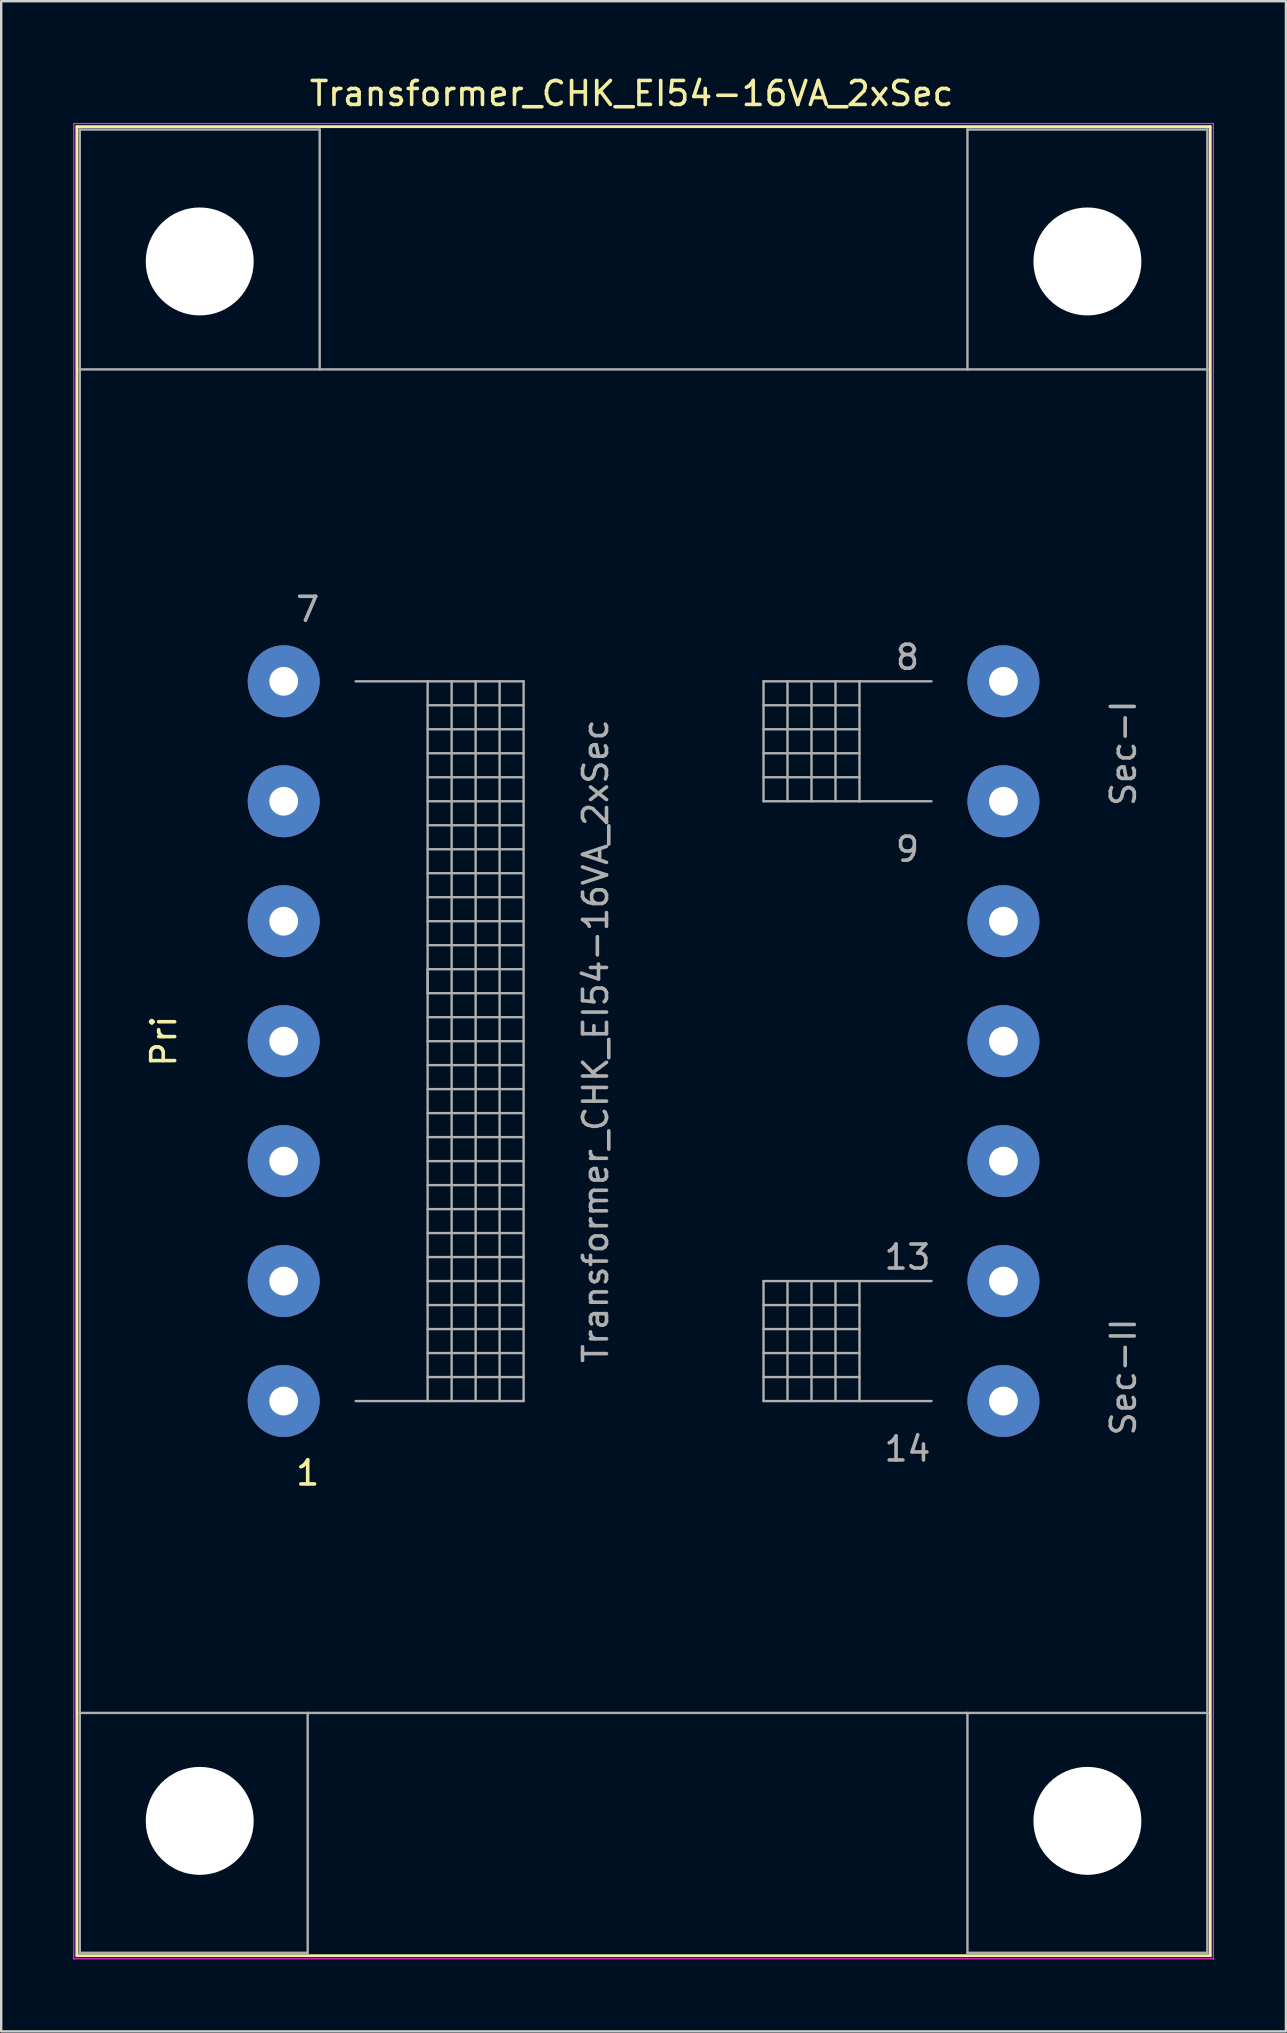
<source format=kicad_pcb>
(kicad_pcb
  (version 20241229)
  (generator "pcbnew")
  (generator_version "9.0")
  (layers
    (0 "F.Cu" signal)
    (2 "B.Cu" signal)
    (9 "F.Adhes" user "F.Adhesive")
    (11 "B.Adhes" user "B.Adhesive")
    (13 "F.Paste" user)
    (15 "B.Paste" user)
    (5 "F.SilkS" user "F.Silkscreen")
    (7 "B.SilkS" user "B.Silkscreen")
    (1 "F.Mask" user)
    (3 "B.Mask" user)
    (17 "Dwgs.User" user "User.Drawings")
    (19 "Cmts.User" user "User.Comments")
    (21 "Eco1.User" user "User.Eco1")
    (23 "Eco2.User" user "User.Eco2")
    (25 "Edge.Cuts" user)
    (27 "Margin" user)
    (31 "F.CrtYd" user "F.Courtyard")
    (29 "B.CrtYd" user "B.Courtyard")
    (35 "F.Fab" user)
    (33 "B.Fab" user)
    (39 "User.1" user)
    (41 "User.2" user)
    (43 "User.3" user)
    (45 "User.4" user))
  (footprint "Transformer_CHK_EI54-16VA_2xSec"
    (layer "F.Cu")
    (at 8.775 55.348)
    (property "Reference" "Transformer_CHK_EI54-16VA_2xSec" (at 14.5 -54.5 0) (layer "F.SilkS") (effects (font (size 1 1) (thickness 0.15))))
    (attr through_hole)
    (fp_line (start -8.62 -53.12) (end -8.62 23.12) (stroke (width 0.12) (type solid)) (layer "F.SilkS"))
    (fp_line (start -8.62 -53.12) (end 38.62 -53.12) (stroke (width 0.12) (type solid)) (layer "F.SilkS"))
    (fp_line (start 38.62 23.12) (end -8.62 23.12) (stroke (width 0.12) (type solid)) (layer "F.SilkS"))
    (fp_line (start 38.62 23.12) (end 38.62 -53.12) (stroke (width 0.12) (type solid)) (layer "F.SilkS"))
    (fp_line (start -8.75 -53.25) (end -8.75 23.25) (stroke (width 0.05) (type solid)) (layer "F.CrtYd"))
    (fp_line (start -8.75 -53.25) (end 38.75 -53.25) (stroke (width 0.05) (type solid)) (layer "F.CrtYd"))
    (fp_line (start 38.75 23.25) (end -8.75 23.25) (stroke (width 0.05) (type solid)) (layer "F.CrtYd"))
    (fp_line (start 38.75 23.25) (end 38.75 -53.25) (stroke (width 0.05) (type solid)) (layer "F.CrtYd"))
    (fp_line (start -8.5 -53) (end 1.5 -53) (stroke (width 0.1) (type solid)) (layer "F.Fab"))
    (fp_line (start -8.5 -43) (end -8.5 -53) (stroke (width 0.1) (type solid)) (layer "F.Fab"))
    (fp_line (start -8.5 -43) (end -8.5 13) (stroke (width 0.1) (type solid)) (layer "F.Fab"))
    (fp_line (start -8.5 13) (end -8.5 23) (stroke (width 0.1) (type solid)) (layer "F.Fab"))
    (fp_line (start -8.5 13) (end 38.5 13) (stroke (width 0.1) (type solid)) (layer "F.Fab"))
    (fp_line (start -8.5 23) (end 1 23) (stroke (width 0.1) (type solid)) (layer "F.Fab"))
    (fp_line (start 1 23) (end 1 13) (stroke (width 0.1) (type solid)) (layer "F.Fab"))
    (fp_line (start 1.5 -53) (end 1.5 -43) (stroke (width 0.1) (type solid)) (layer "F.Fab"))
    (fp_line (start 3 -30) (end 6 -30) (stroke (width 0.1) (type solid)) (layer "F.Fab"))
    (fp_line (start 6 -30) (end 6 0) (stroke (width 0.1) (type solid)) (layer "F.Fab"))
    (fp_line (start 6 -30) (end 10 -30) (stroke (width 0.1) (type solid)) (layer "F.Fab"))
    (fp_line (start 6 -29) (end 10 -29) (stroke (width 0.1) (type solid)) (layer "F.Fab"))
    (fp_line (start 6 -27) (end 10 -27) (stroke (width 0.1) (type solid)) (layer "F.Fab"))
    (fp_line (start 6 -25) (end 10 -25) (stroke (width 0.1) (type solid)) (layer "F.Fab"))
    (fp_line (start 6 -23) (end 10 -23) (stroke (width 0.1) (type solid)) (layer "F.Fab"))
    (fp_line (start 6 -21) (end 10 -21) (stroke (width 0.1) (type solid)) (layer "F.Fab"))
    (fp_line (start 6 -19) (end 10 -19) (stroke (width 0.1) (type solid)) (layer "F.Fab"))
    (fp_line (start 6 -18) (end 6 -17) (stroke (width 0.1) (type solid)) (layer "F.Fab"))
    (fp_line (start 6 -17) (end 10 -17) (stroke (width 0.1) (type solid)) (layer "F.Fab"))
    (fp_line (start 6 -15) (end 10 -15) (stroke (width 0.1) (type solid)) (layer "F.Fab"))
    (fp_line (start 6 -13) (end 10 -13) (stroke (width 0.1) (type solid)) (layer "F.Fab"))
    (fp_line (start 6 -11) (end 10 -11) (stroke (width 0.1) (type solid)) (layer "F.Fab"))
    (fp_line (start 6 -9) (end 10 -9) (stroke (width 0.1) (type solid)) (layer "F.Fab"))
    (fp_line (start 6 -7) (end 10 -7) (stroke (width 0.1) (type solid)) (layer "F.Fab"))
    (fp_line (start 6 -5) (end 10 -5) (stroke (width 0.1) (type solid)) (layer "F.Fab"))
    (fp_line (start 6 -3) (end 10 -3) (stroke (width 0.1) (type solid)) (layer "F.Fab"))
    (fp_line (start 6 -1) (end 10 -1) (stroke (width 0.1) (type solid)) (layer "F.Fab"))
    (fp_line (start 6 0) (end 3 0) (stroke (width 0.1) (type solid)) (layer "F.Fab"))
    (fp_line (start 7 0) (end 7 -30) (stroke (width 0.1) (type solid)) (layer "F.Fab"))
    (fp_line (start 8 -30) (end 8 0) (stroke (width 0.1) (type solid)) (layer "F.Fab"))
    (fp_line (start 9 0) (end 9 -30) (stroke (width 0.1) (type solid)) (layer "F.Fab"))
    (fp_line (start 10 -30) (end 10 0) (stroke (width 0.1) (type solid)) (layer "F.Fab"))
    (fp_line (start 10 -28) (end 6 -28) (stroke (width 0.1) (type solid)) (layer "F.Fab"))
    (fp_line (start 10 -26) (end 6 -26) (stroke (width 0.1) (type solid)) (layer "F.Fab"))
    (fp_line (start 10 -24) (end 6 -24) (stroke (width 0.1) (type solid)) (layer "F.Fab"))
    (fp_line (start 10 -22) (end 6 -22) (stroke (width 0.1) (type solid)) (layer "F.Fab"))
    (fp_line (start 10 -20) (end 6 -20) (stroke (width 0.1) (type solid)) (layer "F.Fab"))
    (fp_line (start 10 -18) (end 6 -18) (stroke (width 0.1) (type solid)) (layer "F.Fab"))
    (fp_line (start 10 -16) (end 6 -16) (stroke (width 0.1) (type solid)) (layer "F.Fab"))
    (fp_line (start 10 -14) (end 6 -14) (stroke (width 0.1) (type solid)) (layer "F.Fab"))
    (fp_line (start 10 -12) (end 6 -12) (stroke (width 0.1) (type solid)) (layer "F.Fab"))
    (fp_line (start 10 -10) (end 6 -10) (stroke (width 0.1) (type solid)) (layer "F.Fab"))
    (fp_line (start 10 -8) (end 6 -8) (stroke (width 0.1) (type solid)) (layer "F.Fab"))
    (fp_line (start 10 -6) (end 6 -6) (stroke (width 0.1) (type solid)) (layer "F.Fab"))
    (fp_line (start 10 -4) (end 6 -4) (stroke (width 0.1) (type solid)) (layer "F.Fab"))
    (fp_line (start 10 -2) (end 6 -2) (stroke (width 0.1) (type solid)) (layer "F.Fab"))
    (fp_line (start 10 0) (end 6 0) (stroke (width 0.1) (type solid)) (layer "F.Fab"))
    (fp_line (start 20 -30) (end 20 -25) (stroke (width 0.1) (type solid)) (layer "F.Fab"))
    (fp_line (start 20 -29) (end 24 -29) (stroke (width 0.1) (type solid)) (layer "F.Fab"))
    (fp_line (start 20 -27) (end 24 -27) (stroke (width 0.1) (type solid)) (layer "F.Fab"))
    (fp_line (start 20 -25) (end 24 -25) (stroke (width 0.1) (type solid)) (layer "F.Fab"))
    (fp_line (start 20 -5) (end 20 0) (stroke (width 0.1) (type solid)) (layer "F.Fab"))
    (fp_line (start 20 -4) (end 24 -4) (stroke (width 0.1) (type solid)) (layer "F.Fab"))
    (fp_line (start 20 -2) (end 24 -2) (stroke (width 0.1) (type solid)) (layer "F.Fab"))
    (fp_line (start 20 0) (end 24 0) (stroke (width 0.1) (type solid)) (layer "F.Fab"))
    (fp_line (start 21 -25) (end 21 -30) (stroke (width 0.1) (type solid)) (layer "F.Fab"))
    (fp_line (start 21 0) (end 21 -5) (stroke (width 0.1) (type solid)) (layer "F.Fab"))
    (fp_line (start 22 -30) (end 22 -25) (stroke (width 0.1) (type solid)) (layer "F.Fab"))
    (fp_line (start 22 -5) (end 22 0) (stroke (width 0.1) (type solid)) (layer "F.Fab"))
    (fp_line (start 23 -25) (end 23 -30) (stroke (width 0.1) (type solid)) (layer "F.Fab"))
    (fp_line (start 23 0) (end 23 -5) (stroke (width 0.1) (type solid)) (layer "F.Fab"))
    (fp_line (start 24 -30) (end 20 -30) (stroke (width 0.1) (type solid)) (layer "F.Fab"))
    (fp_line (start 24 -30) (end 24 -25) (stroke (width 0.1) (type solid)) (layer "F.Fab"))
    (fp_line (start 24 -28) (end 20 -28) (stroke (width 0.1) (type solid)) (layer "F.Fab"))
    (fp_line (start 24 -26) (end 20 -26) (stroke (width 0.1) (type solid)) (layer "F.Fab"))
    (fp_line (start 24 -25) (end 27 -25) (stroke (width 0.1) (type solid)) (layer "F.Fab"))
    (fp_line (start 24 -5) (end 20 -5) (stroke (width 0.1) (type solid)) (layer "F.Fab"))
    (fp_line (start 24 -5) (end 24 0) (stroke (width 0.1) (type solid)) (layer "F.Fab"))
    (fp_line (start 24 -3) (end 20 -3) (stroke (width 0.1) (type solid)) (layer "F.Fab"))
    (fp_line (start 24 -1) (end 20 -1) (stroke (width 0.1) (type solid)) (layer "F.Fab"))
    (fp_line (start 24 0) (end 27 0) (stroke (width 0.1) (type solid)) (layer "F.Fab"))
    (fp_line (start 27 -30) (end 24 -30) (stroke (width 0.1) (type solid)) (layer "F.Fab"))
    (fp_line (start 27 -5) (end 24 -5) (stroke (width 0.1) (type solid)) (layer "F.Fab"))
    (fp_line (start 28.5 -53) (end 28.5 -43) (stroke (width 0.1) (type solid)) (layer "F.Fab"))
    (fp_line (start 28.5 23) (end 28.5 13) (stroke (width 0.1) (type solid)) (layer "F.Fab"))
    (fp_line (start 38.5 -53) (end 28.5 -53) (stroke (width 0.1) (type solid)) (layer "F.Fab"))
    (fp_line (start 38.5 -43) (end -8.5 -43) (stroke (width 0.1) (type solid)) (layer "F.Fab"))
    (fp_line (start 38.5 -43) (end 38.5 -53) (stroke (width 0.1) (type solid)) (layer "F.Fab"))
    (fp_line (start 38.5 13) (end 38.5 -43) (stroke (width 0.1) (type solid)) (layer "F.Fab"))
    (fp_line (start 38.5 13) (end 38.5 23) (stroke (width 0.1) (type solid)) (layer "F.Fab"))
    (fp_line (start 38.5 23) (end 28.5 23) (stroke (width 0.1) (type solid)) (layer "F.Fab"))
    (fp_text user "1" (at 1 3 0) (layer "F.SilkS") (effects (font (size 1 1) (thickness 0.15))))
    (fp_text user "Pri" (at -5 -15 90) (layer "F.SilkS") (effects (font (size 1 1) (thickness 0.15))))
    (fp_text user "8" (at 26 -31 0) (layer "F.Fab") (effects (font (size 1 1) (thickness 0.15))))
    (fp_text user "9" (at 26 -23 0) (layer "F.Fab") (effects (font (size 1 1) (thickness 0.15))))
    (fp_text user "${REFERENCE}" (at 13 -15 90) (layer "F.Fab") (effects (font (size 1 1) (thickness 0.15))))
    (fp_text user "14" (at 26 2 0) (layer "F.Fab") (effects (font (size 1 1) (thickness 0.15))))
    (fp_text user "7" (at 1 -33 0) (layer "F.Fab") (effects (font (size 1 1) (thickness 0.15))))
    (fp_text user "Sec-II" (at 35 -1 90) (layer "F.Fab") (effects (font (size 1 1) (thickness 0.15))))
    (fp_text user "13" (at 26 -6 0) (layer "F.Fab") (effects (font (size 1 1) (thickness 0.15))))
    (fp_text user "Sec-I" (at 35 -27 90) (layer "F.Fab") (effects (font (size 1 1) (thickness 0.15))))
    (pad "" np_thru_hole circle (at -3.5 -47.5) (size 4.5 4.5) (drill 4.5) (layers "*.Cu" "*.Mask"))
    (pad "" np_thru_hole circle (at -3.5 17.5) (size 4.5 4.5) (drill 4.5) (layers "*.Cu" "*.Mask"))
    (pad "" np_thru_hole circle (at 33.5 -47.5) (size 4.5 4.5) (drill 4.5) (layers "*.Cu" "*.Mask"))
    (pad "" np_thru_hole circle (at 33.5 17.5) (size 4.5 4.5) (drill 4.5) (layers "*.Cu" "*.Mask"))
    (pad "1" thru_hole circle (at 0 0) (size 3 3) (drill 1.2) (layers "*.Cu" "*.Mask"))
    (pad "2" thru_hole circle (at 0 -5) (size 3 3) (drill 1.2) (layers "*.Cu" "*.Mask"))
    (pad "3" thru_hole circle (at 0 -10) (size 3 3) (drill 1.2) (layers "*.Cu" "*.Mask"))
    (pad "4" thru_hole circle (at 0 -15) (size 3 3) (drill 1.2) (layers "*.Cu" "*.Mask"))
    (pad "5" thru_hole circle (at 0 -20) (size 3 3) (drill 1.2) (layers "*.Cu" "*.Mask"))
    (pad "6" thru_hole circle (at 0 -25) (size 3 3) (drill 1.2) (layers "*.Cu" "*.Mask"))
    (pad "7" thru_hole circle (at 0 -30) (size 3 3) (drill 1.2) (layers "*.Cu" "*.Mask"))
    (pad "8" thru_hole circle (at 30 -30) (size 3 3) (drill 1.2) (layers "*.Cu" "*.Mask"))
    (pad "9" thru_hole circle (at 30 -25) (size 3 3) (drill 1.2) (layers "*.Cu" "*.Mask"))
    (pad "10" thru_hole circle (at 30 -20) (size 3 3) (drill 1.2) (layers "*.Cu" "*.Mask"))
    (pad "11" thru_hole circle (at 30 -15) (size 3 3) (drill 1.2) (layers "*.Cu" "*.Mask"))
    (pad "12" thru_hole circle (at 30 -10) (size 3 3) (drill 1.2) (layers "*.Cu" "*.Mask"))
    (pad "13" thru_hole circle (at 30 -5) (size 3 3) (drill 1.2) (layers "*.Cu" "*.Mask"))
    (pad "14" thru_hole circle (at 30 0) (size 3 3) (drill 1.2) (layers "*.Cu" "*.Mask")))
  (gr_rect
    (start -3 -3)
    (end 50.55 81.623)
    (stroke (width 0.1) (type default))
    (fill no)
    (layer "Edge.Cuts")))
</source>
